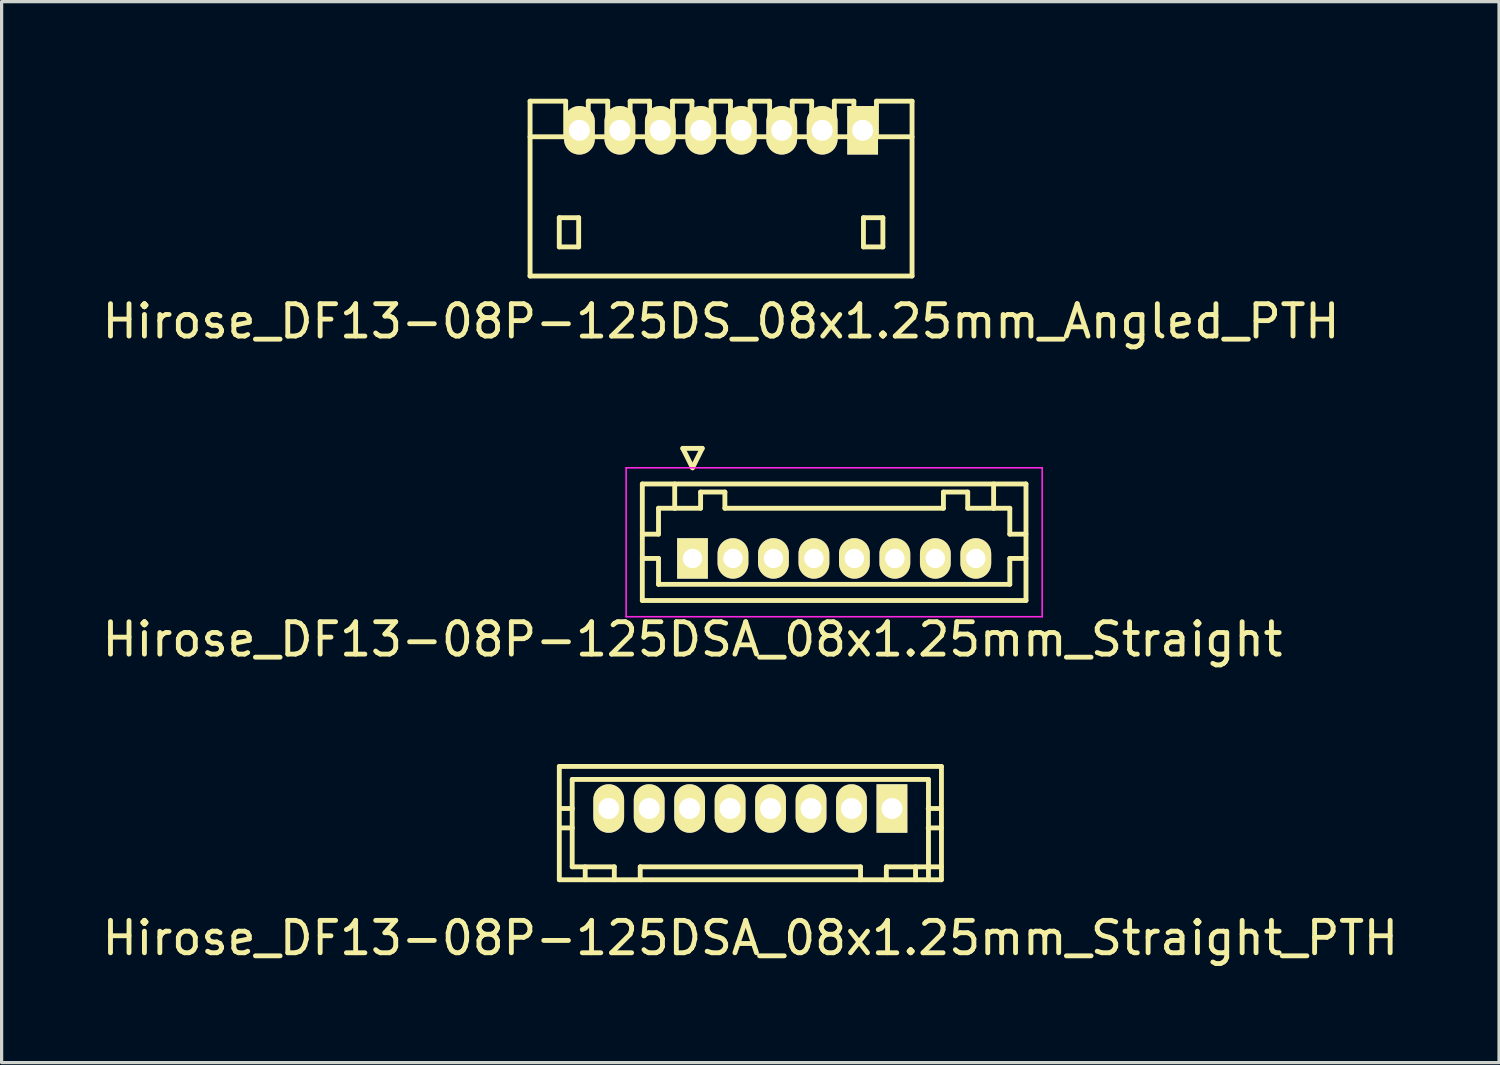
<source format=kicad_pcb>
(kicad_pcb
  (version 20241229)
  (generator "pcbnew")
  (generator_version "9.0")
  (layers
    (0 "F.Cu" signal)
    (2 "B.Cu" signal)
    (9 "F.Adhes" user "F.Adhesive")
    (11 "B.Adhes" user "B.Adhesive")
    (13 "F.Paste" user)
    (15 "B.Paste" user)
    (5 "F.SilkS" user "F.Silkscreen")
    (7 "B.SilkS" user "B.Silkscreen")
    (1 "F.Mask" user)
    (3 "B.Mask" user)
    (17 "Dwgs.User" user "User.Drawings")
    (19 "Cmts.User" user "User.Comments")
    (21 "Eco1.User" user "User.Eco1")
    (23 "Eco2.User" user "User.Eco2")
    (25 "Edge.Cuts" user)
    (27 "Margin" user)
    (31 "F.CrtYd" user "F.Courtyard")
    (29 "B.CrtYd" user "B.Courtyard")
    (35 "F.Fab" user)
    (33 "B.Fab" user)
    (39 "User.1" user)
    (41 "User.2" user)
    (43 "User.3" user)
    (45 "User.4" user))
  (footprint "Hirose_DF13-08P-125DSA_08x1.25mm_Straight"
    (layer "F.Cu")
    (at 18.339 14.198)
    (property "Reference" "Hirose_DF13-08P-125DSA_08x1.25mm_Straight" (at 0 2.5 0) (layer "F.SilkS") (effects (font (size 1 1) (thickness 0.15))))
    (attr through_hole)
    (fp_line (start -1.55 -2.3) (end -1.55 1.3) (stroke (width 0.15) (type solid)) (layer "F.SilkS"))
    (fp_line (start -1.55 -0.75) (end -1.05 -0.75) (stroke (width 0.15) (type solid)) (layer "F.SilkS"))
    (fp_line (start -1.55 0) (end -1.05 0) (stroke (width 0.15) (type solid)) (layer "F.SilkS"))
    (fp_line (start -1.55 1.3) (end 10.3 1.3) (stroke (width 0.15) (type solid)) (layer "F.SilkS"))
    (fp_line (start -1.05 -1.55) (end -0.55 -1.55) (stroke (width 0.15) (type solid)) (layer "F.SilkS"))
    (fp_line (start -1.05 -0.75) (end -1.05 -1.55) (stroke (width 0.15) (type solid)) (layer "F.SilkS"))
    (fp_line (start -1.05 0) (end -1.05 0.8) (stroke (width 0.15) (type solid)) (layer "F.SilkS"))
    (fp_line (start -1.05 0.8) (end 9.8 0.8) (stroke (width 0.15) (type solid)) (layer "F.SilkS"))
    (fp_line (start -0.55 -1.55) (end -0.55 -2.3) (stroke (width 0.15) (type solid)) (layer "F.SilkS"))
    (fp_line (start -0.55 -1.55) (end 0.25 -1.55) (stroke (width 0.15) (type solid)) (layer "F.SilkS"))
    (fp_line (start -0.3 -3.4) (end 0.3 -3.4) (stroke (width 0.15) (type solid)) (layer "F.SilkS"))
    (fp_line (start 0 -2.8) (end -0.3 -3.4) (stroke (width 0.15) (type solid)) (layer "F.SilkS"))
    (fp_line (start 0.25 -2.05) (end 1 -2.05) (stroke (width 0.15) (type solid)) (layer "F.SilkS"))
    (fp_line (start 0.25 -1.55) (end 0.25 -2.05) (stroke (width 0.15) (type solid)) (layer "F.SilkS"))
    (fp_line (start 0.3 -3.4) (end 0 -2.8) (stroke (width 0.15) (type solid)) (layer "F.SilkS"))
    (fp_line (start 1 -2.05) (end 1 -1.55) (stroke (width 0.15) (type solid)) (layer "F.SilkS"))
    (fp_line (start 1 -1.55) (end 7.75 -1.55) (stroke (width 0.15) (type solid)) (layer "F.SilkS"))
    (fp_line (start 7.75 -2.05) (end 8.5 -2.05) (stroke (width 0.15) (type solid)) (layer "F.SilkS"))
    (fp_line (start 7.75 -1.55) (end 7.75 -2.05) (stroke (width 0.15) (type solid)) (layer "F.SilkS"))
    (fp_line (start 8.5 -2.05) (end 8.5 -1.55) (stroke (width 0.15) (type solid)) (layer "F.SilkS"))
    (fp_line (start 8.5 -1.55) (end 9.3 -1.55) (stroke (width 0.15) (type solid)) (layer "F.SilkS"))
    (fp_line (start 9.3 -1.55) (end 9.3 -2.3) (stroke (width 0.15) (type solid)) (layer "F.SilkS"))
    (fp_line (start 9.8 -1.55) (end 9.3 -1.55) (stroke (width 0.15) (type solid)) (layer "F.SilkS"))
    (fp_line (start 9.8 -0.75) (end 9.8 -1.55) (stroke (width 0.15) (type solid)) (layer "F.SilkS"))
    (fp_line (start 9.8 0) (end 10.3 0) (stroke (width 0.15) (type solid)) (layer "F.SilkS"))
    (fp_line (start 9.8 0.8) (end 9.8 0) (stroke (width 0.15) (type solid)) (layer "F.SilkS"))
    (fp_line (start 10.3 -2.3) (end -1.55 -2.3) (stroke (width 0.15) (type solid)) (layer "F.SilkS"))
    (fp_line (start 10.3 -0.75) (end 9.8 -0.75) (stroke (width 0.15) (type solid)) (layer "F.SilkS"))
    (fp_line (start 10.3 1.3) (end 10.3 -2.3) (stroke (width 0.15) (type solid)) (layer "F.SilkS"))
    (fp_line (start -2.05 -2.8) (end -2.05 1.8) (stroke (width 0.05) (type solid)) (layer "F.CrtYd"))
    (fp_line (start -2.05 1.8) (end 10.8 1.8) (stroke (width 0.05) (type solid)) (layer "F.CrtYd"))
    (fp_line (start 10.8 -2.8) (end -2.05 -2.8) (stroke (width 0.05) (type solid)) (layer "F.CrtYd"))
    (fp_line (start 10.8 1.8) (end 10.8 -2.8) (stroke (width 0.05) (type solid)) (layer "F.CrtYd"))
    (pad "1" thru_hole rect (at 0 0) (size 0.95 1.25) (drill 0.6) (layers "*.Cu" "*.Mask" "F.SilkS"))
    (pad "2" thru_hole oval (at 1.25 0) (size 0.95 1.25) (drill 0.6) (layers "*.Cu" "*.Mask" "F.SilkS"))
    (pad "3" thru_hole oval (at 2.5 0) (size 0.95 1.25) (drill 0.6) (layers "*.Cu" "*.Mask" "F.SilkS"))
    (pad "4" thru_hole oval (at 3.75 0) (size 0.95 1.25) (drill 0.6) (layers "*.Cu" "*.Mask" "F.SilkS"))
    (pad "5" thru_hole oval (at 5 0) (size 0.95 1.25) (drill 0.6) (layers "*.Cu" "*.Mask" "F.SilkS"))
    (pad "6" thru_hole oval (at 6.25 0) (size 0.95 1.25) (drill 0.6) (layers "*.Cu" "*.Mask" "F.SilkS"))
    (pad "7" thru_hole oval (at 7.5 0) (size 0.95 1.25) (drill 0.6) (layers "*.Cu" "*.Mask" "F.SilkS"))
    (pad "8" thru_hole oval (at 8.75 0) (size 0.95 1.25) (drill 0.6) (layers "*.Cu" "*.Mask" "F.SilkS")))
  (footprint "Hirose_DF13-08P-125DSA_08x1.25mm_Straight_PTH"
    (layer "F.Cu")
    (at 20.125 21.922)
    (property "Reference" "Hirose_DF13-08P-125DSA_08x1.25mm_Straight_PTH" (at 0 4 0) (layer "F.SilkS") (effects (font (size 1 1) (thickness 0.15))))
    (attr through_hole)
    (fp_line (start -5.9 2.2) (end -5.9 -1.3) (stroke (width 0.15) (type solid)) (layer "F.SilkS"))
    (fp_line (start -5.502 -0.899) (end -5.502 1.801) (stroke (width 0.15) (type solid)) (layer "F.SilkS"))
    (fp_line (start -5.499 -0.899) (end 5.499 -0.899) (stroke (width 0.15) (type solid)) (layer "F.SilkS"))
    (fp_line (start -5.497 0) (end -5.898 0) (stroke (width 0.15) (type solid)) (layer "F.SilkS"))
    (fp_line (start -5.497 0.599) (end -5.898 0.599) (stroke (width 0.15) (type solid)) (layer "F.SilkS"))
    (fp_line (start -5.1 1.801) (end -5.1 2.2) (stroke (width 0.15) (type solid)) (layer "F.SilkS"))
    (fp_line (start -4.501 -0.099) (end -4.501 0.099) (stroke (width 0.15) (type solid)) (layer "F.SilkS"))
    (fp_line (start -4.501 0.099) (end -4.3 0.099) (stroke (width 0.15) (type solid)) (layer "F.SilkS"))
    (fp_line (start -4.3 -0.099) (end -4.501 -0.099) (stroke (width 0.15) (type solid)) (layer "F.SilkS"))
    (fp_line (start -4.3 0.099) (end -4.3 -0.099) (stroke (width 0.15) (type solid)) (layer "F.SilkS"))
    (fp_line (start -4.201 1.801) (end -5.502 1.801) (stroke (width 0.15) (type solid)) (layer "F.SilkS"))
    (fp_line (start -4.201 1.801) (end -4.201 2.2) (stroke (width 0.15) (type solid)) (layer "F.SilkS"))
    (fp_line (start -3.401 1.801) (end 3.401 1.801) (stroke (width 0.15) (type solid)) (layer "F.SilkS"))
    (fp_line (start -3.401 2.2) (end -3.401 1.801) (stroke (width 0.15) (type solid)) (layer "F.SilkS"))
    (fp_line (start -3.2 -0.099) (end -3.2 0.099) (stroke (width 0.15) (type solid)) (layer "F.SilkS"))
    (fp_line (start -3.2 0.099) (end -3 0.099) (stroke (width 0.15) (type solid)) (layer "F.SilkS"))
    (fp_line (start -3 -0.099) (end -3.2 -0.099) (stroke (width 0.15) (type solid)) (layer "F.SilkS"))
    (fp_line (start -3 0.099) (end -3 -0.099) (stroke (width 0.15) (type solid)) (layer "F.SilkS"))
    (fp_line (start -1.999 -0.099) (end -1.999 0.099) (stroke (width 0.15) (type solid)) (layer "F.SilkS"))
    (fp_line (start -1.999 0.099) (end -1.801 0.099) (stroke (width 0.15) (type solid)) (layer "F.SilkS"))
    (fp_line (start -1.801 -0.099) (end -1.999 -0.099) (stroke (width 0.15) (type solid)) (layer "F.SilkS"))
    (fp_line (start -1.801 0.099) (end -1.801 -0.099) (stroke (width 0.15) (type solid)) (layer "F.SilkS"))
    (fp_line (start -0.701 -0.099) (end -0.701 0.099) (stroke (width 0.15) (type solid)) (layer "F.SilkS"))
    (fp_line (start -0.701 0.099) (end -0.5 0.099) (stroke (width 0.15) (type solid)) (layer "F.SilkS"))
    (fp_line (start -0.5 -0.099) (end -0.701 -0.099) (stroke (width 0.15) (type solid)) (layer "F.SilkS"))
    (fp_line (start -0.5 0.099) (end -0.5 -0.099) (stroke (width 0.15) (type solid)) (layer "F.SilkS"))
    (fp_line (start 0.5 -0.099) (end 0.701 -0.099) (stroke (width 0.15) (type solid)) (layer "F.SilkS"))
    (fp_line (start 0.5 0.099) (end 0.5 -0.099) (stroke (width 0.15) (type solid)) (layer "F.SilkS"))
    (fp_line (start 0.701 -0.099) (end 0.701 0.099) (stroke (width 0.15) (type solid)) (layer "F.SilkS"))
    (fp_line (start 0.701 0.099) (end 0.5 0.099) (stroke (width 0.15) (type solid)) (layer "F.SilkS"))
    (fp_line (start 1.801 -0.099) (end 1.999 -0.099) (stroke (width 0.15) (type solid)) (layer "F.SilkS"))
    (fp_line (start 1.801 0.099) (end 1.801 -0.099) (stroke (width 0.15) (type solid)) (layer "F.SilkS"))
    (fp_line (start 1.999 -0.099) (end 1.999 0.099) (stroke (width 0.15) (type solid)) (layer "F.SilkS"))
    (fp_line (start 1.999 0.099) (end 1.801 0.099) (stroke (width 0.15) (type solid)) (layer "F.SilkS"))
    (fp_line (start 3 -0.099) (end 3.2 -0.099) (stroke (width 0.15) (type solid)) (layer "F.SilkS"))
    (fp_line (start 3 0.099) (end 3 -0.099) (stroke (width 0.15) (type solid)) (layer "F.SilkS"))
    (fp_line (start 3.2 -0.099) (end 3.2 0.099) (stroke (width 0.15) (type solid)) (layer "F.SilkS"))
    (fp_line (start 3.2 0.099) (end 3 0.099) (stroke (width 0.15) (type solid)) (layer "F.SilkS"))
    (fp_line (start 3.404 2.2) (end 3.404 1.801) (stroke (width 0.15) (type solid)) (layer "F.SilkS"))
    (fp_line (start 4.201 1.801) (end 4.201 2.2) (stroke (width 0.15) (type solid)) (layer "F.SilkS"))
    (fp_line (start 4.201 1.801) (end 5.903 1.801) (stroke (width 0.15) (type solid)) (layer "F.SilkS"))
    (fp_line (start 4.3 -0.099) (end 4.501 -0.099) (stroke (width 0.15) (type solid)) (layer "F.SilkS"))
    (fp_line (start 4.3 0.099) (end 4.3 -0.099) (stroke (width 0.15) (type solid)) (layer "F.SilkS"))
    (fp_line (start 4.501 -0.099) (end 4.501 0.099) (stroke (width 0.15) (type solid)) (layer "F.SilkS"))
    (fp_line (start 4.501 0.099) (end 4.3 0.099) (stroke (width 0.15) (type solid)) (layer "F.SilkS"))
    (fp_line (start 5.103 1.801) (end 5.103 2.2) (stroke (width 0.15) (type solid)) (layer "F.SilkS"))
    (fp_line (start 5.494 0) (end 5.895 0) (stroke (width 0.15) (type solid)) (layer "F.SilkS"))
    (fp_line (start 5.502 -0.899) (end 5.502 2.2) (stroke (width 0.15) (type solid)) (layer "F.SilkS"))
    (fp_line (start 5.895 0.599) (end 5.494 0.599) (stroke (width 0.15) (type solid)) (layer "F.SilkS"))
    (fp_line (start 5.9 -1.3) (end -5.9 -1.3) (stroke (width 0.15) (type solid)) (layer "F.SilkS"))
    (fp_line (start 5.9 2.2) (end -5.9 2.2) (stroke (width 0.15) (type solid)) (layer "F.SilkS"))
    (fp_line (start 5.903 -1.3) (end 5.903 2.2) (stroke (width 0.15) (type solid)) (layer "F.SilkS"))
    (pad "1" thru_hole rect (at 4.374 0) (size 0.95 1.499) (drill 0.648) (layers "*.Cu" "*.Mask" "F.SilkS"))
    (pad "2" thru_hole oval (at 3.124 0) (size 0.95 1.499) (drill 0.648) (layers "*.Cu" "*.Mask" "F.SilkS"))
    (pad "3" thru_hole oval (at 1.875 0) (size 0.95 1.499) (drill 0.648) (layers "*.Cu" "*.Mask" "F.SilkS"))
    (pad "4" thru_hole oval (at 0.625 0) (size 0.95 1.499) (drill 0.648) (layers "*.Cu" "*.Mask" "F.SilkS"))
    (pad "5" thru_hole oval (at -0.625 0) (size 0.95 1.499) (drill 0.648) (layers "*.Cu" "*.Mask" "F.SilkS"))
    (pad "6" thru_hole oval (at -1.875 0) (size 0.95 1.499) (drill 0.648) (layers "*.Cu" "*.Mask" "F.SilkS"))
    (pad "7" thru_hole oval (at -3.124 0) (size 0.95 1.499) (drill 0.648) (layers "*.Cu" "*.Mask" "F.SilkS"))
    (pad "8" thru_hole oval (at -4.374 0) (size 0.95 1.499) (drill 0.648) (layers "*.Cu" "*.Mask" "F.SilkS")))
  (footprint "Hirose_DF13-08P-125DS_08x1.25mm_Angled_PTH"
    (layer "F.Cu")
    (at 19.22 2.775)
    (property "Reference" "Hirose_DF13-08P-125DS_08x1.25mm_Angled_PTH" (at 0 4.1 0) (layer "F.SilkS") (effects (font (size 1 1) (thickness 0.15))))
    (attr through_hole)
    (fp_line (start -5.9 -1.6) (end 5.9 -1.6) (stroke (width 0.15) (type solid)) (layer "F.SilkS"))
    (fp_line (start -5.898 2.7) (end -5.898 -2.7) (stroke (width 0.15) (type solid)) (layer "F.SilkS"))
    (fp_line (start -4.996 0.899) (end -4.996 1.801) (stroke (width 0.15) (type solid)) (layer "F.SilkS"))
    (fp_line (start -4.996 1.801) (end -4.397 1.801) (stroke (width 0.15) (type solid)) (layer "F.SilkS"))
    (fp_line (start -4.798 -2.7) (end -5.898 -2.7) (stroke (width 0.15) (type solid)) (layer "F.SilkS"))
    (fp_line (start -4.798 -1.6) (end -4.798 -2.7) (stroke (width 0.15) (type solid)) (layer "F.SilkS"))
    (fp_line (start -4.397 0.899) (end -4.996 0.899) (stroke (width 0.15) (type solid)) (layer "F.SilkS"))
    (fp_line (start -4.397 1.801) (end -4.397 0.899) (stroke (width 0.15) (type solid)) (layer "F.SilkS"))
    (fp_line (start -4.1 -2.7) (end -4.1 -1.6) (stroke (width 0.15) (type solid)) (layer "F.SilkS"))
    (fp_line (start -3.5 -2.7) (end -4.1 -2.7) (stroke (width 0.15) (type solid)) (layer "F.SilkS"))
    (fp_line (start -3.5 -1.6) (end -3.5 -2.7) (stroke (width 0.15) (type solid)) (layer "F.SilkS"))
    (fp_line (start -2.807 -1.6) (end -2.807 -2.7) (stroke (width 0.15) (type solid)) (layer "F.SilkS"))
    (fp_line (start -2.207 -2.7) (end -2.807 -2.7) (stroke (width 0.15) (type solid)) (layer "F.SilkS"))
    (fp_line (start -2.207 -1.6) (end -2.207 -2.7) (stroke (width 0.15) (type solid)) (layer "F.SilkS"))
    (fp_line (start -1.499 -2.7) (end -0.899 -2.7) (stroke (width 0.15) (type solid)) (layer "F.SilkS"))
    (fp_line (start -1.499 -1.6) (end -1.499 -2.7) (stroke (width 0.15) (type solid)) (layer "F.SilkS"))
    (fp_line (start -0.899 -2.7) (end -0.899 -1.6) (stroke (width 0.15) (type solid)) (layer "F.SilkS"))
    (fp_line (start -0.307 -2.7) (end 0.292 -2.7) (stroke (width 0.15) (type solid)) (layer "F.SilkS"))
    (fp_line (start -0.307 -1.6) (end -0.307 -2.7) (stroke (width 0.15) (type solid)) (layer "F.SilkS"))
    (fp_line (start 0.292 -2.7) (end 0.292 -1.6) (stroke (width 0.15) (type solid)) (layer "F.SilkS"))
    (fp_line (start 0.899 -2.7) (end 1.501 -2.7) (stroke (width 0.15) (type solid)) (layer "F.SilkS"))
    (fp_line (start 0.899 -1.6) (end 0.899 -2.7) (stroke (width 0.15) (type solid)) (layer "F.SilkS"))
    (fp_line (start 1.501 -2.7) (end 1.501 -1.6) (stroke (width 0.15) (type solid)) (layer "F.SilkS"))
    (fp_line (start 2.2 -2.7) (end 2.799 -2.7) (stroke (width 0.15) (type solid)) (layer "F.SilkS"))
    (fp_line (start 2.2 -1.6) (end 2.2 -2.7) (stroke (width 0.15) (type solid)) (layer "F.SilkS"))
    (fp_line (start 2.799 -2.7) (end 2.799 -1.6) (stroke (width 0.15) (type solid)) (layer "F.SilkS"))
    (fp_line (start 3.5 -2.7) (end 4.102 -2.7) (stroke (width 0.15) (type solid)) (layer "F.SilkS"))
    (fp_line (start 3.5 -1.6) (end 3.5 -2.7) (stroke (width 0.15) (type solid)) (layer "F.SilkS"))
    (fp_line (start 4.102 -2.7) (end 4.102 -1.6) (stroke (width 0.15) (type solid)) (layer "F.SilkS"))
    (fp_line (start 4.399 0.899) (end 4.999 0.899) (stroke (width 0.15) (type solid)) (layer "F.SilkS"))
    (fp_line (start 4.399 1.801) (end 4.399 0.899) (stroke (width 0.15) (type solid)) (layer "F.SilkS"))
    (fp_line (start 4.801 -1.6) (end 4.801 -2.7) (stroke (width 0.15) (type solid)) (layer "F.SilkS"))
    (fp_line (start 4.999 0.899) (end 4.999 1.801) (stroke (width 0.15) (type solid)) (layer "F.SilkS"))
    (fp_line (start 4.999 1.801) (end 4.399 1.801) (stroke (width 0.15) (type solid)) (layer "F.SilkS"))
    (fp_line (start 5.9 -2.7) (end 4.801 -2.7) (stroke (width 0.15) (type solid)) (layer "F.SilkS"))
    (fp_line (start 5.9 2.7) (end -5.9 2.7) (stroke (width 0.15) (type solid)) (layer "F.SilkS"))
    (fp_line (start 5.9 2.7) (end 5.9 -2.7) (stroke (width 0.15) (type solid)) (layer "F.SilkS"))
    (pad "1" thru_hole rect (at 4.374 -1.801) (size 0.95 1.499) (drill 0.648) (layers "*.Cu" "*.Mask" "F.SilkS"))
    (pad "2" thru_hole oval (at 3.124 -1.801) (size 0.95 1.499) (drill 0.648) (layers "*.Cu" "*.Mask" "F.SilkS"))
    (pad "3" thru_hole oval (at 1.875 -1.801) (size 0.95 1.499) (drill 0.648) (layers "*.Cu" "*.Mask" "F.SilkS"))
    (pad "4" thru_hole oval (at 0.625 -1.801) (size 0.95 1.499) (drill 0.648) (layers "*.Cu" "*.Mask" "F.SilkS"))
    (pad "5" thru_hole oval (at -0.625 -1.801) (size 0.95 1.499) (drill 0.648) (layers "*.Cu" "*.Mask" "F.SilkS"))
    (pad "6" thru_hole oval (at -1.875 -1.801) (size 0.95 1.499) (drill 0.648) (layers "*.Cu" "*.Mask" "F.SilkS"))
    (pad "7" thru_hole oval (at -3.124 -1.801) (size 0.95 1.499) (drill 0.648) (layers "*.Cu" "*.Mask" "F.SilkS"))
    (pad "8" thru_hole oval (at -4.374 -1.801) (size 0.95 1.499) (drill 0.648) (layers "*.Cu" "*.Mask" "F.SilkS")))
  (gr_rect
    (start -3 -3)
    (end 43.25 29.77)
    (stroke (width 0.1) (type default))
    (fill no)
    (layer "Edge.Cuts")))
</source>
